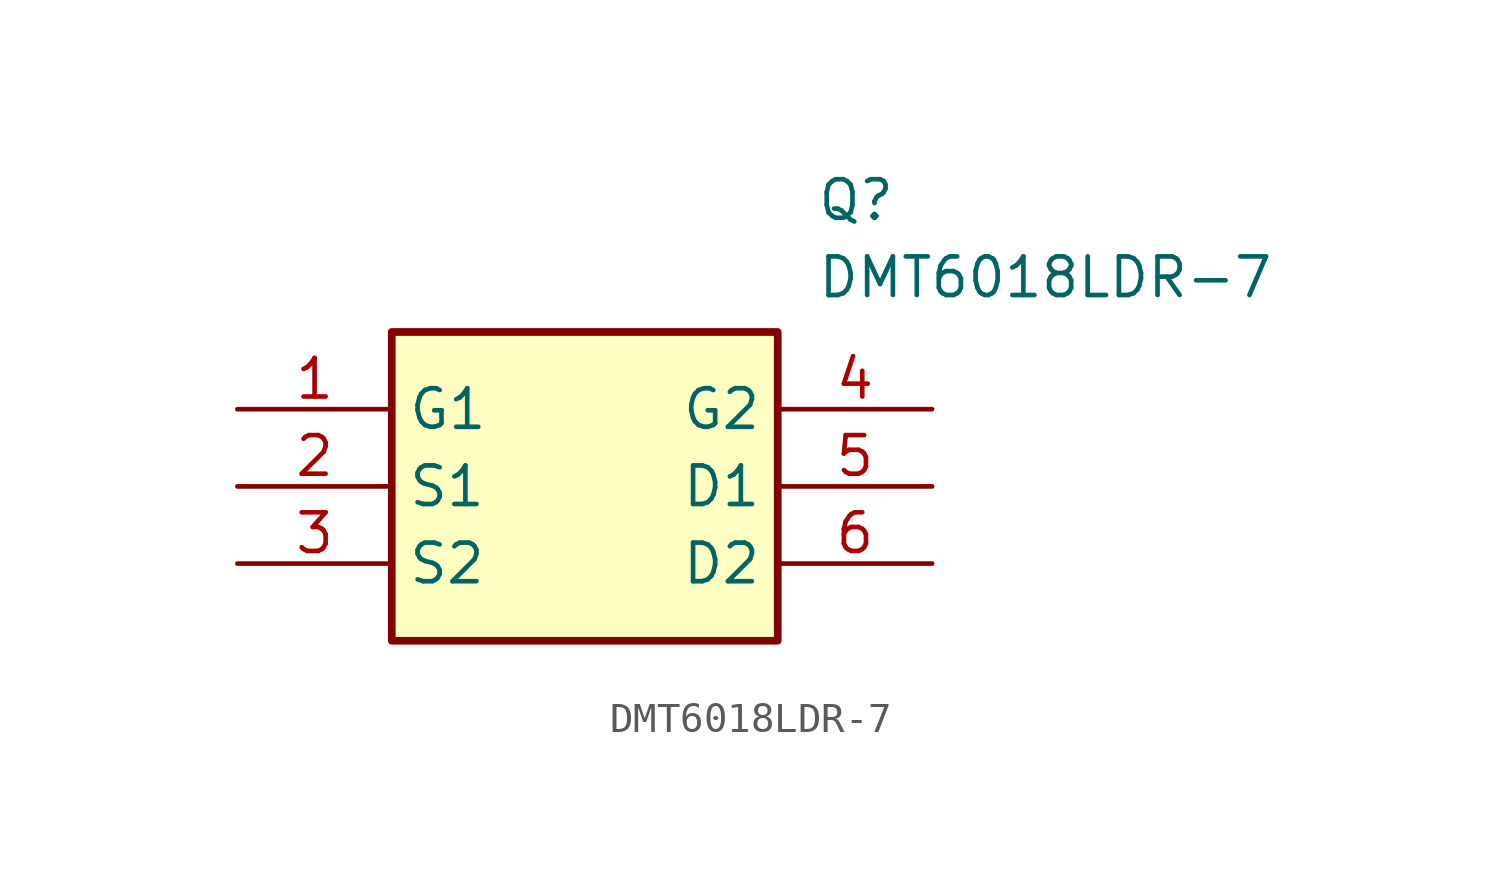
<source format=kicad_sym>
(kicad_symbol_lib
  (version 20211014)
  (generator SamacSys_ECAD_Model)
  (symbol "DMT6018LDR-7"
    (property "Reference" "Q"
      (at 19.05 7.62 0)
      (effects (font (size 1.27 1.27)) (justify left top)))
    (property "Value" "DMT6018LDR-7"
      (at 19.05 5.08 0)
      (effects (font (size 1.27 1.27)) (justify left top)))
    (rectangle
      (start 5.08 2.54)
      (end 17.78 -7.62)
      (stroke (width 0.254) (type default))
      (fill (type background)))
    (pin passive line
      (at 0 0 0)
      (length 5.08)
      (name "G1" (effects (font (size 1.27 1.27))))
      (number "1" (effects (font (size 1.27 1.27)))))
    (pin passive line
      (at 0 -2.54 0)
      (length 5.08)
      (name "S1" (effects (font (size 1.27 1.27))))
      (number "2" (effects (font (size 1.27 1.27)))))
    (pin passive line
      (at 0 -5.08 0)
      (length 5.08)
      (name "S2" (effects (font (size 1.27 1.27))))
      (number "3" (effects (font (size 1.27 1.27)))))
    (pin passive line
      (at 22.86 0 180)
      (length 5.08)
      (name "G2" (effects (font (size 1.27 1.27))))
      (number "4" (effects (font (size 1.27 1.27)))))
    (pin passive line
      (at 22.86 -2.54 180)
      (length 5.08)
      (name "D1" (effects (font (size 1.27 1.27))))
      (number "5" (effects (font (size 1.27 1.27)))))
    (pin passive line
      (at 22.86 -5.08 180)
      (length 5.08)
      (name "D2" (effects (font (size 1.27 1.27))))
      (number "6" (effects (font (size 1.27 1.27)))))))
</source>
